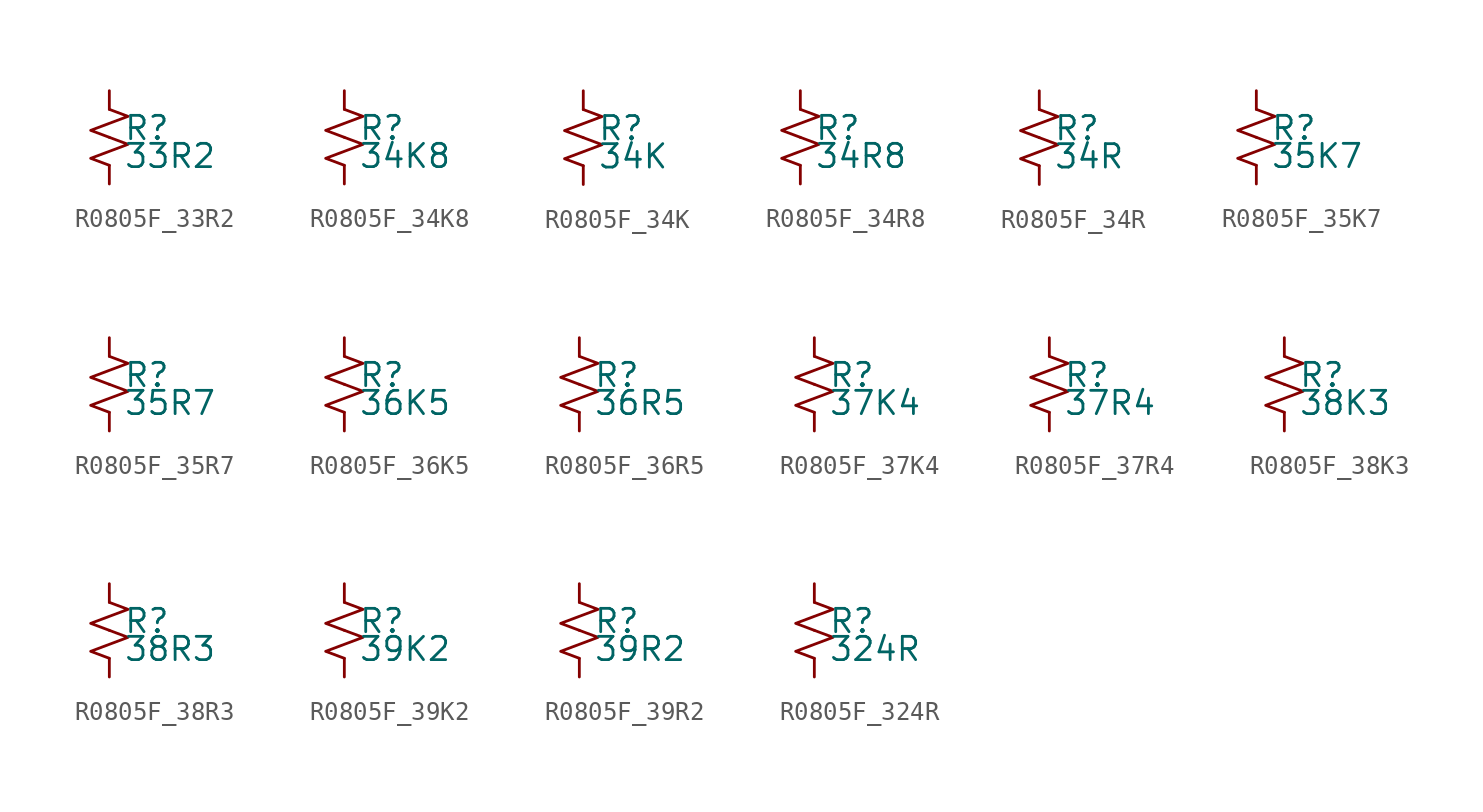
<source format=kicad_sym>
(kicad_symbol_lib
  (version 20220914)
  (generator kicad_symbol_editor)
  (symbol "R0805F_33R2"
    (pin_numbers hide)
    (pin_names
      (offset 0.254) hide)
    (property "Reference" "R"
      (at 0.762 0.508 0)
      (effects (font (size 1.27 1.27)) (justify left)))
    (property "Value" "33R2"
      (at 0.762 -1.016 0)
      (effects (font (size 1.27 1.27)) (justify left)))
    (symbol "R0805F_33R2_1_1"
      (polyline (pts (xy 0 0) (xy 1.016 -0.381) (xy 0 -0.762) (xy -1.016 -1.143) (xy 0 -1.524)) (stroke (width 0) (type default)) (fill (type none)))
      (polyline (pts (xy 0 1.524) (xy 1.016 1.143) (xy 0 0.762) (xy -1.016 0.381) (xy 0 0)) (stroke (width 0) (type default)) (fill (type none)))
      (pin passive line (at 0 2.54 270) (length 1.016) (name "~" (effects (font (size 1.27 1.27)))) (number "1" (effects (font (size 1.27 1.27)))))
      (pin passive line (at 0 -2.54 90) (length 1.016) (name "~" (effects (font (size 1.27 1.27)))) (number "2" (effects (font (size 1.27 1.27)))))))
  (symbol "R0805F_34K8"
    (pin_numbers hide)
    (pin_names
      (offset 0.254) hide)
    (property "Reference" "R"
      (at 0.762 0.508 0)
      (effects (font (size 1.27 1.27)) (justify left)))
    (property "Value" "34K8"
      (at 0.762 -1.016 0)
      (effects (font (size 1.27 1.27)) (justify left)))
    (symbol "R0805F_34K8_1_1"
      (polyline (pts (xy 0 0) (xy 1.016 -0.381) (xy 0 -0.762) (xy -1.016 -1.143) (xy 0 -1.524)) (stroke (width 0) (type default)) (fill (type none)))
      (polyline (pts (xy 0 1.524) (xy 1.016 1.143) (xy 0 0.762) (xy -1.016 0.381) (xy 0 0)) (stroke (width 0) (type default)) (fill (type none)))
      (pin passive line (at 0 2.54 270) (length 1.016) (name "~" (effects (font (size 1.27 1.27)))) (number "1" (effects (font (size 1.27 1.27)))))
      (pin passive line (at 0 -2.54 90) (length 1.016) (name "~" (effects (font (size 1.27 1.27)))) (number "2" (effects (font (size 1.27 1.27)))))))
  (symbol "R0805F_34K"
    (pin_numbers hide)
    (pin_names
      (offset 0.254) hide)
    (property "Reference" "R"
      (at 0.762 0.508 0)
      (effects (font (size 1.27 1.27)) (justify left)))
    (property "Value" "34K"
      (at 0.762 -1.016 0)
      (effects (font (size 1.27 1.27)) (justify left)))
    (symbol "R0805F_34K_1_1"
      (polyline (pts (xy 0 0) (xy 1.016 -0.381) (xy 0 -0.762) (xy -1.016 -1.143) (xy 0 -1.524)) (stroke (width 0) (type default)) (fill (type none)))
      (polyline (pts (xy 0 1.524) (xy 1.016 1.143) (xy 0 0.762) (xy -1.016 0.381) (xy 0 0)) (stroke (width 0) (type default)) (fill (type none)))
      (pin passive line (at 0 2.54 270) (length 1.016) (name "~" (effects (font (size 1.27 1.27)))) (number "1" (effects (font (size 1.27 1.27)))))
      (pin passive line (at 0 -2.54 90) (length 1.016) (name "~" (effects (font (size 1.27 1.27)))) (number "2" (effects (font (size 1.27 1.27)))))))
  (symbol "R0805F_34R8"
    (pin_numbers hide)
    (pin_names
      (offset 0.254) hide)
    (property "Reference" "R"
      (at 0.762 0.508 0)
      (effects (font (size 1.27 1.27)) (justify left)))
    (property "Value" "34R8"
      (at 0.762 -1.016 0)
      (effects (font (size 1.27 1.27)) (justify left)))
    (symbol "R0805F_34R8_1_1"
      (polyline (pts (xy 0 0) (xy 1.016 -0.381) (xy 0 -0.762) (xy -1.016 -1.143) (xy 0 -1.524)) (stroke (width 0) (type default)) (fill (type none)))
      (polyline (pts (xy 0 1.524) (xy 1.016 1.143) (xy 0 0.762) (xy -1.016 0.381) (xy 0 0)) (stroke (width 0) (type default)) (fill (type none)))
      (pin passive line (at 0 2.54 270) (length 1.016) (name "~" (effects (font (size 1.27 1.27)))) (number "1" (effects (font (size 1.27 1.27)))))
      (pin passive line (at 0 -2.54 90) (length 1.016) (name "~" (effects (font (size 1.27 1.27)))) (number "2" (effects (font (size 1.27 1.27)))))))
  (symbol "R0805F_34R"
    (pin_numbers hide)
    (pin_names
      (offset 0.254) hide)
    (property "Reference" "R"
      (at 0.762 0.508 0)
      (effects (font (size 1.27 1.27)) (justify left)))
    (property "Value" "34R"
      (at 0.762 -1.016 0)
      (effects (font (size 1.27 1.27)) (justify left)))
    (symbol "R0805F_34R_1_1"
      (polyline (pts (xy 0 0) (xy 1.016 -0.381) (xy 0 -0.762) (xy -1.016 -1.143) (xy 0 -1.524)) (stroke (width 0) (type default)) (fill (type none)))
      (polyline (pts (xy 0 1.524) (xy 1.016 1.143) (xy 0 0.762) (xy -1.016 0.381) (xy 0 0)) (stroke (width 0) (type default)) (fill (type none)))
      (pin passive line (at 0 2.54 270) (length 1.016) (name "~" (effects (font (size 1.27 1.27)))) (number "1" (effects (font (size 1.27 1.27)))))
      (pin passive line (at 0 -2.54 90) (length 1.016) (name "~" (effects (font (size 1.27 1.27)))) (number "2" (effects (font (size 1.27 1.27)))))))
  (symbol "R0805F_35K7"
    (pin_numbers hide)
    (pin_names
      (offset 0.254) hide)
    (property "Reference" "R"
      (at 0.762 0.508 0)
      (effects (font (size 1.27 1.27)) (justify left)))
    (property "Value" "35K7"
      (at 0.762 -1.016 0)
      (effects (font (size 1.27 1.27)) (justify left)))
    (symbol "R0805F_35K7_1_1"
      (polyline (pts (xy 0 0) (xy 1.016 -0.381) (xy 0 -0.762) (xy -1.016 -1.143) (xy 0 -1.524)) (stroke (width 0) (type default)) (fill (type none)))
      (polyline (pts (xy 0 1.524) (xy 1.016 1.143) (xy 0 0.762) (xy -1.016 0.381) (xy 0 0)) (stroke (width 0) (type default)) (fill (type none)))
      (pin passive line (at 0 2.54 270) (length 1.016) (name "~" (effects (font (size 1.27 1.27)))) (number "1" (effects (font (size 1.27 1.27)))))
      (pin passive line (at 0 -2.54 90) (length 1.016) (name "~" (effects (font (size 1.27 1.27)))) (number "2" (effects (font (size 1.27 1.27)))))))
  (symbol "R0805F_35R7"
    (pin_numbers hide)
    (pin_names
      (offset 0.254) hide)
    (property "Reference" "R"
      (at 0.762 0.508 0)
      (effects (font (size 1.27 1.27)) (justify left)))
    (property "Value" "35R7"
      (at 0.762 -1.016 0)
      (effects (font (size 1.27 1.27)) (justify left)))
    (symbol "R0805F_35R7_1_1"
      (polyline (pts (xy 0 0) (xy 1.016 -0.381) (xy 0 -0.762) (xy -1.016 -1.143) (xy 0 -1.524)) (stroke (width 0) (type default)) (fill (type none)))
      (polyline (pts (xy 0 1.524) (xy 1.016 1.143) (xy 0 0.762) (xy -1.016 0.381) (xy 0 0)) (stroke (width 0) (type default)) (fill (type none)))
      (pin passive line (at 0 2.54 270) (length 1.016) (name "~" (effects (font (size 1.27 1.27)))) (number "1" (effects (font (size 1.27 1.27)))))
      (pin passive line (at 0 -2.54 90) (length 1.016) (name "~" (effects (font (size 1.27 1.27)))) (number "2" (effects (font (size 1.27 1.27)))))))
  (symbol "R0805F_36K5"
    (pin_numbers hide)
    (pin_names
      (offset 0.254) hide)
    (property "Reference" "R"
      (at 0.762 0.508 0)
      (effects (font (size 1.27 1.27)) (justify left)))
    (property "Value" "36K5"
      (at 0.762 -1.016 0)
      (effects (font (size 1.27 1.27)) (justify left)))
    (symbol "R0805F_36K5_1_1"
      (polyline (pts (xy 0 0) (xy 1.016 -0.381) (xy 0 -0.762) (xy -1.016 -1.143) (xy 0 -1.524)) (stroke (width 0) (type default)) (fill (type none)))
      (polyline (pts (xy 0 1.524) (xy 1.016 1.143) (xy 0 0.762) (xy -1.016 0.381) (xy 0 0)) (stroke (width 0) (type default)) (fill (type none)))
      (pin passive line (at 0 2.54 270) (length 1.016) (name "~" (effects (font (size 1.27 1.27)))) (number "1" (effects (font (size 1.27 1.27)))))
      (pin passive line (at 0 -2.54 90) (length 1.016) (name "~" (effects (font (size 1.27 1.27)))) (number "2" (effects (font (size 1.27 1.27)))))))
  (symbol "R0805F_36R5"
    (pin_numbers hide)
    (pin_names
      (offset 0.254) hide)
    (property "Reference" "R"
      (at 0.762 0.508 0)
      (effects (font (size 1.27 1.27)) (justify left)))
    (property "Value" "36R5"
      (at 0.762 -1.016 0)
      (effects (font (size 1.27 1.27)) (justify left)))
    (symbol "R0805F_36R5_1_1"
      (polyline (pts (xy 0 0) (xy 1.016 -0.381) (xy 0 -0.762) (xy -1.016 -1.143) (xy 0 -1.524)) (stroke (width 0) (type default)) (fill (type none)))
      (polyline (pts (xy 0 1.524) (xy 1.016 1.143) (xy 0 0.762) (xy -1.016 0.381) (xy 0 0)) (stroke (width 0) (type default)) (fill (type none)))
      (pin passive line (at 0 2.54 270) (length 1.016) (name "~" (effects (font (size 1.27 1.27)))) (number "1" (effects (font (size 1.27 1.27)))))
      (pin passive line (at 0 -2.54 90) (length 1.016) (name "~" (effects (font (size 1.27 1.27)))) (number "2" (effects (font (size 1.27 1.27)))))))
  (symbol "R0805F_37K4"
    (pin_numbers hide)
    (pin_names
      (offset 0.254) hide)
    (property "Reference" "R"
      (at 0.762 0.508 0)
      (effects (font (size 1.27 1.27)) (justify left)))
    (property "Value" "37K4"
      (at 0.762 -1.016 0)
      (effects (font (size 1.27 1.27)) (justify left)))
    (symbol "R0805F_37K4_1_1"
      (polyline (pts (xy 0 0) (xy 1.016 -0.381) (xy 0 -0.762) (xy -1.016 -1.143) (xy 0 -1.524)) (stroke (width 0) (type default)) (fill (type none)))
      (polyline (pts (xy 0 1.524) (xy 1.016 1.143) (xy 0 0.762) (xy -1.016 0.381) (xy 0 0)) (stroke (width 0) (type default)) (fill (type none)))
      (pin passive line (at 0 2.54 270) (length 1.016) (name "~" (effects (font (size 1.27 1.27)))) (number "1" (effects (font (size 1.27 1.27)))))
      (pin passive line (at 0 -2.54 90) (length 1.016) (name "~" (effects (font (size 1.27 1.27)))) (number "2" (effects (font (size 1.27 1.27)))))))
  (symbol "R0805F_37R4"
    (pin_numbers hide)
    (pin_names
      (offset 0.254) hide)
    (property "Reference" "R"
      (at 0.762 0.508 0)
      (effects (font (size 1.27 1.27)) (justify left)))
    (property "Value" "37R4"
      (at 0.762 -1.016 0)
      (effects (font (size 1.27 1.27)) (justify left)))
    (symbol "R0805F_37R4_1_1"
      (polyline (pts (xy 0 0) (xy 1.016 -0.381) (xy 0 -0.762) (xy -1.016 -1.143) (xy 0 -1.524)) (stroke (width 0) (type default)) (fill (type none)))
      (polyline (pts (xy 0 1.524) (xy 1.016 1.143) (xy 0 0.762) (xy -1.016 0.381) (xy 0 0)) (stroke (width 0) (type default)) (fill (type none)))
      (pin passive line (at 0 2.54 270) (length 1.016) (name "~" (effects (font (size 1.27 1.27)))) (number "1" (effects (font (size 1.27 1.27)))))
      (pin passive line (at 0 -2.54 90) (length 1.016) (name "~" (effects (font (size 1.27 1.27)))) (number "2" (effects (font (size 1.27 1.27)))))))
  (symbol "R0805F_38K3"
    (pin_numbers hide)
    (pin_names
      (offset 0.254) hide)
    (property "Reference" "R"
      (at 0.762 0.508 0)
      (effects (font (size 1.27 1.27)) (justify left)))
    (property "Value" "38K3"
      (at 0.762 -1.016 0)
      (effects (font (size 1.27 1.27)) (justify left)))
    (symbol "R0805F_38K3_1_1"
      (polyline (pts (xy 0 0) (xy 1.016 -0.381) (xy 0 -0.762) (xy -1.016 -1.143) (xy 0 -1.524)) (stroke (width 0) (type default)) (fill (type none)))
      (polyline (pts (xy 0 1.524) (xy 1.016 1.143) (xy 0 0.762) (xy -1.016 0.381) (xy 0 0)) (stroke (width 0) (type default)) (fill (type none)))
      (pin passive line (at 0 2.54 270) (length 1.016) (name "~" (effects (font (size 1.27 1.27)))) (number "1" (effects (font (size 1.27 1.27)))))
      (pin passive line (at 0 -2.54 90) (length 1.016) (name "~" (effects (font (size 1.27 1.27)))) (number "2" (effects (font (size 1.27 1.27)))))))
  (symbol "R0805F_38R3"
    (pin_numbers hide)
    (pin_names
      (offset 0.254) hide)
    (property "Reference" "R"
      (at 0.762 0.508 0)
      (effects (font (size 1.27 1.27)) (justify left)))
    (property "Value" "38R3"
      (at 0.762 -1.016 0)
      (effects (font (size 1.27 1.27)) (justify left)))
    (symbol "R0805F_38R3_1_1"
      (polyline (pts (xy 0 0) (xy 1.016 -0.381) (xy 0 -0.762) (xy -1.016 -1.143) (xy 0 -1.524)) (stroke (width 0) (type default)) (fill (type none)))
      (polyline (pts (xy 0 1.524) (xy 1.016 1.143) (xy 0 0.762) (xy -1.016 0.381) (xy 0 0)) (stroke (width 0) (type default)) (fill (type none)))
      (pin passive line (at 0 2.54 270) (length 1.016) (name "~" (effects (font (size 1.27 1.27)))) (number "1" (effects (font (size 1.27 1.27)))))
      (pin passive line (at 0 -2.54 90) (length 1.016) (name "~" (effects (font (size 1.27 1.27)))) (number "2" (effects (font (size 1.27 1.27)))))))
  (symbol "R0805F_39K2"
    (pin_numbers hide)
    (pin_names
      (offset 0.254) hide)
    (property "Reference" "R"
      (at 0.762 0.508 0)
      (effects (font (size 1.27 1.27)) (justify left)))
    (property "Value" "39K2"
      (at 0.762 -1.016 0)
      (effects (font (size 1.27 1.27)) (justify left)))
    (symbol "R0805F_39K2_1_1"
      (polyline (pts (xy 0 0) (xy 1.016 -0.381) (xy 0 -0.762) (xy -1.016 -1.143) (xy 0 -1.524)) (stroke (width 0) (type default)) (fill (type none)))
      (polyline (pts (xy 0 1.524) (xy 1.016 1.143) (xy 0 0.762) (xy -1.016 0.381) (xy 0 0)) (stroke (width 0) (type default)) (fill (type none)))
      (pin passive line (at 0 2.54 270) (length 1.016) (name "~" (effects (font (size 1.27 1.27)))) (number "1" (effects (font (size 1.27 1.27)))))
      (pin passive line (at 0 -2.54 90) (length 1.016) (name "~" (effects (font (size 1.27 1.27)))) (number "2" (effects (font (size 1.27 1.27)))))))
  (symbol "R0805F_39R2"
    (pin_numbers hide)
    (pin_names
      (offset 0.254) hide)
    (property "Reference" "R"
      (at 0.762 0.508 0)
      (effects (font (size 1.27 1.27)) (justify left)))
    (property "Value" "39R2"
      (at 0.762 -1.016 0)
      (effects (font (size 1.27 1.27)) (justify left)))
    (symbol "R0805F_39R2_1_1"
      (polyline (pts (xy 0 0) (xy 1.016 -0.381) (xy 0 -0.762) (xy -1.016 -1.143) (xy 0 -1.524)) (stroke (width 0) (type default)) (fill (type none)))
      (polyline (pts (xy 0 1.524) (xy 1.016 1.143) (xy 0 0.762) (xy -1.016 0.381) (xy 0 0)) (stroke (width 0) (type default)) (fill (type none)))
      (pin passive line (at 0 2.54 270) (length 1.016) (name "~" (effects (font (size 1.27 1.27)))) (number "1" (effects (font (size 1.27 1.27)))))
      (pin passive line (at 0 -2.54 90) (length 1.016) (name "~" (effects (font (size 1.27 1.27)))) (number "2" (effects (font (size 1.27 1.27)))))))
  (symbol "R0805F_324R"
    (pin_numbers hide)
    (pin_names
      (offset 0.254) hide)
    (property "Reference" "R"
      (at 0.762 0.508 0)
      (effects (font (size 1.27 1.27)) (justify left)))
    (property "Value" "324R"
      (at 0.762 -1.016 0)
      (effects (font (size 1.27 1.27)) (justify left)))
    (symbol "R0805F_324R_1_1"
      (polyline (pts (xy 0 0) (xy 1.016 -0.381) (xy 0 -0.762) (xy -1.016 -1.143) (xy 0 -1.524)) (stroke (width 0) (type default)) (fill (type none)))
      (polyline (pts (xy 0 1.524) (xy 1.016 1.143) (xy 0 0.762) (xy -1.016 0.381) (xy 0 0)) (stroke (width 0) (type default)) (fill (type none)))
      (pin passive line (at 0 2.54 270) (length 1.016) (name "~" (effects (font (size 1.27 1.27)))) (number "1" (effects (font (size 1.27 1.27)))))
      (pin passive line (at 0 -2.54 90) (length 1.016) (name "~" (effects (font (size 1.27 1.27)))) (number "2" (effects (font (size 1.27 1.27))))))))
</source>
